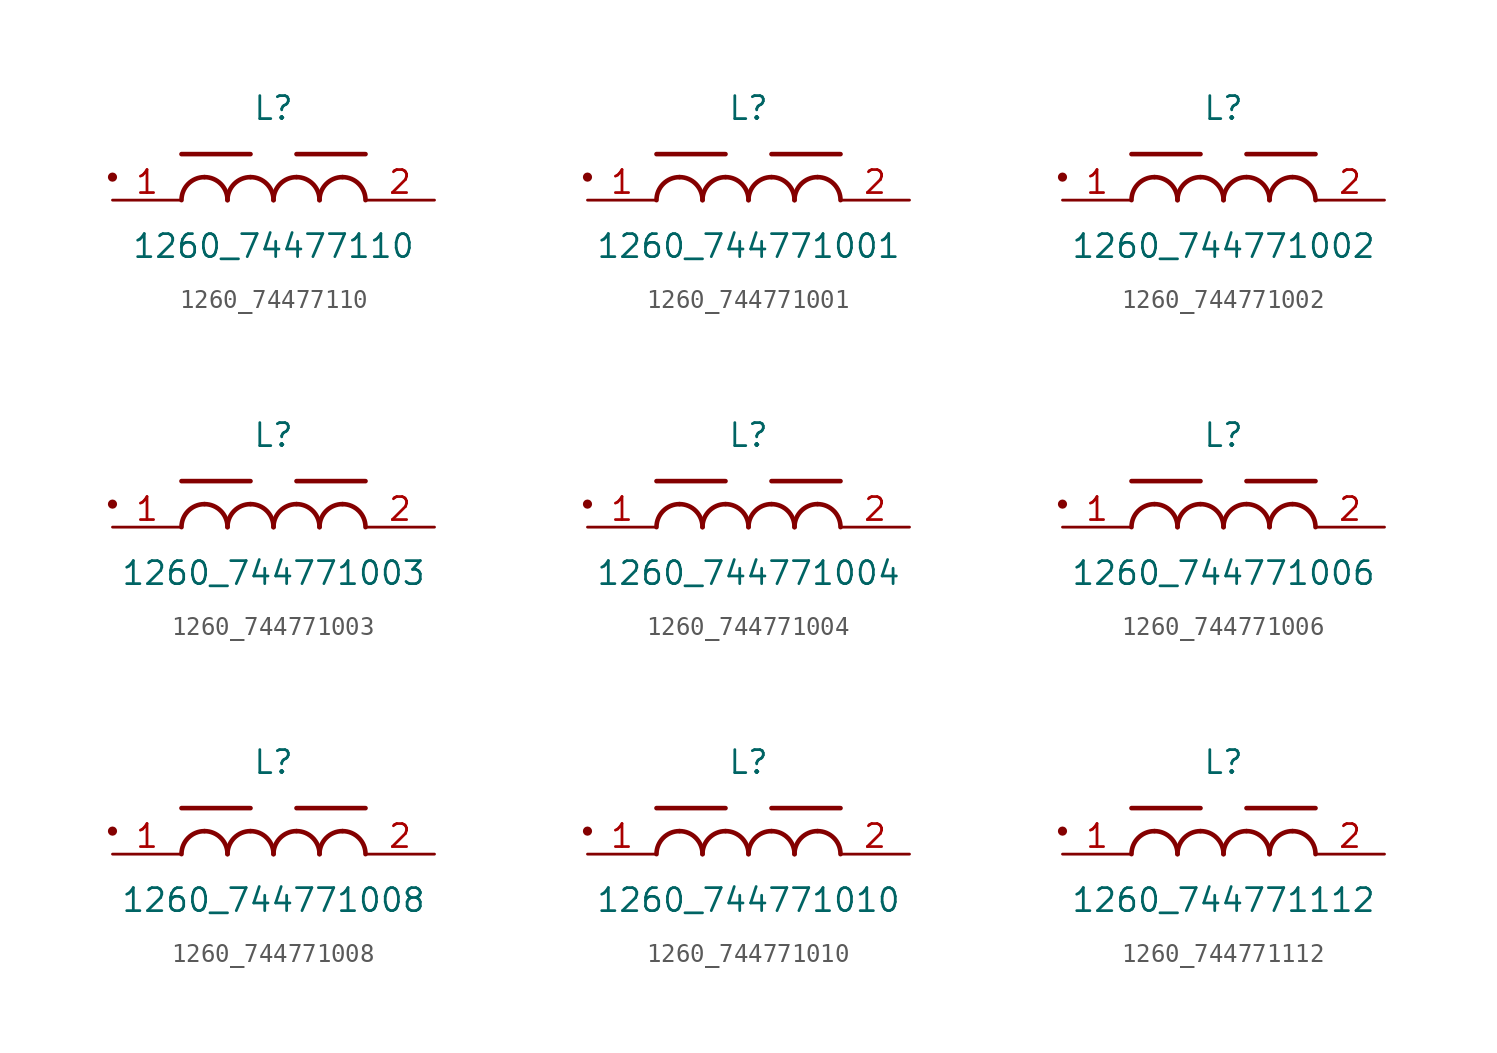
<source format=kicad_sym>
(kicad_symbol_lib
  (version 20211014)
  (generator kicad_symbol_editor)
  (symbol "Inductor_Wurth_WE-PD:1260_74477110"
    (pin_names hide)
    (property "Reference" "L"
      (at 0 5.08 0)
      (effects (font (size 1.27 1.27))))
    (property "Value" "1260_74477110"
      (at 0 -2.54 0)
      (effects (font (size 1.27 1.27))))
    (symbol "1260_74477110_0_1"
      (circle (center -8.89 1.27) (radius 0.0001) (stroke (width 0.254)) (stroke (width 0.254) (type default) (color 0 0 0 0)) (fill (type none)))
      (arc (start -3.81 1.27) (mid -4.708 0.898) (end -5.08 0) (stroke (width 0.254) (type default) (color 0 0 0 0)) (fill (type none)))
      (arc (start -2.54 0) (mid -2.912 0.898) (end -3.81 1.27) (stroke (width 0.254) (type default) (color 0 0 0 0)) (fill (type none)))
      (arc (start -1.2699 1.2701) (mid -2.1679 0.8981) (end -2.5399 0.0001) (stroke (width 0.254) (type default) (color 0 0 0 0)) (fill (type none)))
      (polyline (pts (xy -5.08 2.54) (xy -1.27 2.54)) (stroke (width 0.254) (type default) (color 0 0 0 0)) (fill (type none)))
      (polyline (pts (xy 5.08 2.54) (xy 1.27 2.54)) (stroke (width 0.254) (type default) (color 0 0 0 0)) (fill (type none)))
      (arc (start 0.0001 0.0001) (mid -0.3719 0.8981) (end -1.2699 1.2701) (stroke (width 0.254) (type default) (color 0 0 0 0)) (fill (type none)))
      (arc (start 1.2701 1.2701) (mid 0.3721 0.8981) (end 0.0001 0.0001) (stroke (width 0.254) (type default) (color 0 0 0 0)) (fill (type none)))
      (arc (start 2.5401 0.0001) (mid 2.1681 0.8981) (end 1.2701 1.2701) (stroke (width 0.254) (type default) (color 0 0 0 0)) (fill (type none)))
      (arc (start 3.8101 1.2701) (mid 2.9121 0.8981) (end 2.5401 0.0001) (stroke (width 0.254) (type default) (color 0 0 0 0)) (fill (type none)))
      (arc (start 5.0801 0.0001) (mid 4.7081 0.8981) (end 3.8101 1.2701) (stroke (width 0.254) (type default) (color 0 0 0 0)) (fill (type none))))
    (symbol "1260_74477110_1_1"
      (pin passive line (at -8.89 0 0) (length 3.81) (name "1" (effects (font (size 1.27 1.27)))) (number "1" (effects (font (size 1.27 1.27)))))
      (pin passive line (at 8.89 0 180) (length 3.81) (name "2" (effects (font (size 1.27 1.27)))) (number "2" (effects (font (size 1.27 1.27)))))))
  (symbol "Inductor_Wurth_WE-PD:1260_744771001"
    (pin_names hide)
    (property "Reference" "L"
      (at 0 5.08 0)
      (effects (font (size 1.27 1.27))))
    (property "Value" "1260_744771001"
      (at 0 -2.54 0)
      (effects (font (size 1.27 1.27))))
    (symbol "1260_744771001_0_1"
      (circle (center -8.89 1.27) (radius 0.0001) (stroke (width 0.254)) (stroke (width 0.254) (type default) (color 0 0 0 0)) (fill (type none)))
      (arc (start -3.81 1.27) (mid -4.708 0.898) (end -5.08 0) (stroke (width 0.254) (type default) (color 0 0 0 0)) (fill (type none)))
      (arc (start -2.54 0) (mid -2.912 0.898) (end -3.81 1.27) (stroke (width 0.254) (type default) (color 0 0 0 0)) (fill (type none)))
      (arc (start -1.2699 1.2701) (mid -2.1679 0.8981) (end -2.5399 0.0001) (stroke (width 0.254) (type default) (color 0 0 0 0)) (fill (type none)))
      (polyline (pts (xy -5.08 2.54) (xy -1.27 2.54)) (stroke (width 0.254) (type default) (color 0 0 0 0)) (fill (type none)))
      (polyline (pts (xy 5.08 2.54) (xy 1.27 2.54)) (stroke (width 0.254) (type default) (color 0 0 0 0)) (fill (type none)))
      (arc (start 0.0001 0.0001) (mid -0.3719 0.8981) (end -1.2699 1.2701) (stroke (width 0.254) (type default) (color 0 0 0 0)) (fill (type none)))
      (arc (start 1.2701 1.2701) (mid 0.3721 0.8981) (end 0.0001 0.0001) (stroke (width 0.254) (type default) (color 0 0 0 0)) (fill (type none)))
      (arc (start 2.5401 0.0001) (mid 2.1681 0.8981) (end 1.2701 1.2701) (stroke (width 0.254) (type default) (color 0 0 0 0)) (fill (type none)))
      (arc (start 3.8101 1.2701) (mid 2.9121 0.8981) (end 2.5401 0.0001) (stroke (width 0.254) (type default) (color 0 0 0 0)) (fill (type none)))
      (arc (start 5.0801 0.0001) (mid 4.7081 0.8981) (end 3.8101 1.2701) (stroke (width 0.254) (type default) (color 0 0 0 0)) (fill (type none))))
    (symbol "1260_744771001_1_1"
      (pin passive line (at -8.89 0 0) (length 3.81) (name "1" (effects (font (size 1.27 1.27)))) (number "1" (effects (font (size 1.27 1.27)))))
      (pin passive line (at 8.89 0 180) (length 3.81) (name "2" (effects (font (size 1.27 1.27)))) (number "2" (effects (font (size 1.27 1.27)))))))
  (symbol "Inductor_Wurth_WE-PD:1260_744771002"
    (pin_names hide)
    (property "Reference" "L"
      (at 0 5.08 0)
      (effects (font (size 1.27 1.27))))
    (property "Value" "1260_744771002"
      (at 0 -2.54 0)
      (effects (font (size 1.27 1.27))))
    (symbol "1260_744771002_0_1"
      (circle (center -8.89 1.27) (radius 0.0001) (stroke (width 0.254)) (stroke (width 0.254) (type default) (color 0 0 0 0)) (fill (type none)))
      (arc (start -3.81 1.27) (mid -4.708 0.898) (end -5.08 0) (stroke (width 0.254) (type default) (color 0 0 0 0)) (fill (type none)))
      (arc (start -2.54 0) (mid -2.912 0.898) (end -3.81 1.27) (stroke (width 0.254) (type default) (color 0 0 0 0)) (fill (type none)))
      (arc (start -1.2699 1.2701) (mid -2.1679 0.8981) (end -2.5399 0.0001) (stroke (width 0.254) (type default) (color 0 0 0 0)) (fill (type none)))
      (polyline (pts (xy -5.08 2.54) (xy -1.27 2.54)) (stroke (width 0.254) (type default) (color 0 0 0 0)) (fill (type none)))
      (polyline (pts (xy 5.08 2.54) (xy 1.27 2.54)) (stroke (width 0.254) (type default) (color 0 0 0 0)) (fill (type none)))
      (arc (start 0.0001 0.0001) (mid -0.3719 0.8981) (end -1.2699 1.2701) (stroke (width 0.254) (type default) (color 0 0 0 0)) (fill (type none)))
      (arc (start 1.2701 1.2701) (mid 0.3721 0.8981) (end 0.0001 0.0001) (stroke (width 0.254) (type default) (color 0 0 0 0)) (fill (type none)))
      (arc (start 2.5401 0.0001) (mid 2.1681 0.8981) (end 1.2701 1.2701) (stroke (width 0.254) (type default) (color 0 0 0 0)) (fill (type none)))
      (arc (start 3.8101 1.2701) (mid 2.9121 0.8981) (end 2.5401 0.0001) (stroke (width 0.254) (type default) (color 0 0 0 0)) (fill (type none)))
      (arc (start 5.0801 0.0001) (mid 4.7081 0.8981) (end 3.8101 1.2701) (stroke (width 0.254) (type default) (color 0 0 0 0)) (fill (type none))))
    (symbol "1260_744771002_1_1"
      (pin passive line (at -8.89 0 0) (length 3.81) (name "1" (effects (font (size 1.27 1.27)))) (number "1" (effects (font (size 1.27 1.27)))))
      (pin passive line (at 8.89 0 180) (length 3.81) (name "2" (effects (font (size 1.27 1.27)))) (number "2" (effects (font (size 1.27 1.27)))))))
  (symbol "Inductor_Wurth_WE-PD:1260_744771003"
    (pin_names hide)
    (property "Reference" "L"
      (at 0 5.08 0)
      (effects (font (size 1.27 1.27))))
    (property "Value" "1260_744771003"
      (at 0 -2.54 0)
      (effects (font (size 1.27 1.27))))
    (symbol "1260_744771003_0_1"
      (circle (center -8.89 1.27) (radius 0.0001) (stroke (width 0.254)) (stroke (width 0.254) (type default) (color 0 0 0 0)) (fill (type none)))
      (arc (start -3.81 1.27) (mid -4.708 0.898) (end -5.08 0) (stroke (width 0.254) (type default) (color 0 0 0 0)) (fill (type none)))
      (arc (start -2.54 0) (mid -2.912 0.898) (end -3.81 1.27) (stroke (width 0.254) (type default) (color 0 0 0 0)) (fill (type none)))
      (arc (start -1.2699 1.2701) (mid -2.1679 0.8981) (end -2.5399 0.0001) (stroke (width 0.254) (type default) (color 0 0 0 0)) (fill (type none)))
      (polyline (pts (xy -5.08 2.54) (xy -1.27 2.54)) (stroke (width 0.254) (type default) (color 0 0 0 0)) (fill (type none)))
      (polyline (pts (xy 5.08 2.54) (xy 1.27 2.54)) (stroke (width 0.254) (type default) (color 0 0 0 0)) (fill (type none)))
      (arc (start 0.0001 0.0001) (mid -0.3719 0.8981) (end -1.2699 1.2701) (stroke (width 0.254) (type default) (color 0 0 0 0)) (fill (type none)))
      (arc (start 1.2701 1.2701) (mid 0.3721 0.8981) (end 0.0001 0.0001) (stroke (width 0.254) (type default) (color 0 0 0 0)) (fill (type none)))
      (arc (start 2.5401 0.0001) (mid 2.1681 0.8981) (end 1.2701 1.2701) (stroke (width 0.254) (type default) (color 0 0 0 0)) (fill (type none)))
      (arc (start 3.8101 1.2701) (mid 2.9121 0.8981) (end 2.5401 0.0001) (stroke (width 0.254) (type default) (color 0 0 0 0)) (fill (type none)))
      (arc (start 5.0801 0.0001) (mid 4.7081 0.8981) (end 3.8101 1.2701) (stroke (width 0.254) (type default) (color 0 0 0 0)) (fill (type none))))
    (symbol "1260_744771003_1_1"
      (pin passive line (at -8.89 0 0) (length 3.81) (name "1" (effects (font (size 1.27 1.27)))) (number "1" (effects (font (size 1.27 1.27)))))
      (pin passive line (at 8.89 0 180) (length 3.81) (name "2" (effects (font (size 1.27 1.27)))) (number "2" (effects (font (size 1.27 1.27)))))))
  (symbol "Inductor_Wurth_WE-PD:1260_744771004"
    (pin_names hide)
    (property "Reference" "L"
      (at 0 5.08 0)
      (effects (font (size 1.27 1.27))))
    (property "Value" "1260_744771004"
      (at 0 -2.54 0)
      (effects (font (size 1.27 1.27))))
    (symbol "1260_744771004_0_1"
      (circle (center -8.89 1.27) (radius 0.0001) (stroke (width 0.254)) (stroke (width 0.254) (type default) (color 0 0 0 0)) (fill (type none)))
      (arc (start -3.81 1.27) (mid -4.708 0.898) (end -5.08 0) (stroke (width 0.254) (type default) (color 0 0 0 0)) (fill (type none)))
      (arc (start -2.54 0) (mid -2.912 0.898) (end -3.81 1.27) (stroke (width 0.254) (type default) (color 0 0 0 0)) (fill (type none)))
      (arc (start -1.2699 1.2701) (mid -2.1679 0.8981) (end -2.5399 0.0001) (stroke (width 0.254) (type default) (color 0 0 0 0)) (fill (type none)))
      (polyline (pts (xy -5.08 2.54) (xy -1.27 2.54)) (stroke (width 0.254) (type default) (color 0 0 0 0)) (fill (type none)))
      (polyline (pts (xy 5.08 2.54) (xy 1.27 2.54)) (stroke (width 0.254) (type default) (color 0 0 0 0)) (fill (type none)))
      (arc (start 0.0001 0.0001) (mid -0.3719 0.8981) (end -1.2699 1.2701) (stroke (width 0.254) (type default) (color 0 0 0 0)) (fill (type none)))
      (arc (start 1.2701 1.2701) (mid 0.3721 0.8981) (end 0.0001 0.0001) (stroke (width 0.254) (type default) (color 0 0 0 0)) (fill (type none)))
      (arc (start 2.5401 0.0001) (mid 2.1681 0.8981) (end 1.2701 1.2701) (stroke (width 0.254) (type default) (color 0 0 0 0)) (fill (type none)))
      (arc (start 3.8101 1.2701) (mid 2.9121 0.8981) (end 2.5401 0.0001) (stroke (width 0.254) (type default) (color 0 0 0 0)) (fill (type none)))
      (arc (start 5.0801 0.0001) (mid 4.7081 0.8981) (end 3.8101 1.2701) (stroke (width 0.254) (type default) (color 0 0 0 0)) (fill (type none))))
    (symbol "1260_744771004_1_1"
      (pin passive line (at -8.89 0 0) (length 3.81) (name "1" (effects (font (size 1.27 1.27)))) (number "1" (effects (font (size 1.27 1.27)))))
      (pin passive line (at 8.89 0 180) (length 3.81) (name "2" (effects (font (size 1.27 1.27)))) (number "2" (effects (font (size 1.27 1.27)))))))
  (symbol "Inductor_Wurth_WE-PD:1260_744771006"
    (pin_names hide)
    (property "Reference" "L"
      (at 0 5.08 0)
      (effects (font (size 1.27 1.27))))
    (property "Value" "1260_744771006"
      (at 0 -2.54 0)
      (effects (font (size 1.27 1.27))))
    (symbol "1260_744771006_0_1"
      (circle (center -8.89 1.27) (radius 0.0001) (stroke (width 0.254)) (stroke (width 0.254) (type default) (color 0 0 0 0)) (fill (type none)))
      (arc (start -3.81 1.27) (mid -4.708 0.898) (end -5.08 0) (stroke (width 0.254) (type default) (color 0 0 0 0)) (fill (type none)))
      (arc (start -2.54 0) (mid -2.912 0.898) (end -3.81 1.27) (stroke (width 0.254) (type default) (color 0 0 0 0)) (fill (type none)))
      (arc (start -1.2699 1.2701) (mid -2.1679 0.8981) (end -2.5399 0.0001) (stroke (width 0.254) (type default) (color 0 0 0 0)) (fill (type none)))
      (polyline (pts (xy -5.08 2.54) (xy -1.27 2.54)) (stroke (width 0.254) (type default) (color 0 0 0 0)) (fill (type none)))
      (polyline (pts (xy 5.08 2.54) (xy 1.27 2.54)) (stroke (width 0.254) (type default) (color 0 0 0 0)) (fill (type none)))
      (arc (start 0.0001 0.0001) (mid -0.3719 0.8981) (end -1.2699 1.2701) (stroke (width 0.254) (type default) (color 0 0 0 0)) (fill (type none)))
      (arc (start 1.2701 1.2701) (mid 0.3721 0.8981) (end 0.0001 0.0001) (stroke (width 0.254) (type default) (color 0 0 0 0)) (fill (type none)))
      (arc (start 2.5401 0.0001) (mid 2.1681 0.8981) (end 1.2701 1.2701) (stroke (width 0.254) (type default) (color 0 0 0 0)) (fill (type none)))
      (arc (start 3.8101 1.2701) (mid 2.9121 0.8981) (end 2.5401 0.0001) (stroke (width 0.254) (type default) (color 0 0 0 0)) (fill (type none)))
      (arc (start 5.0801 0.0001) (mid 4.7081 0.8981) (end 3.8101 1.2701) (stroke (width 0.254) (type default) (color 0 0 0 0)) (fill (type none))))
    (symbol "1260_744771006_1_1"
      (pin passive line (at -8.89 0 0) (length 3.81) (name "1" (effects (font (size 1.27 1.27)))) (number "1" (effects (font (size 1.27 1.27)))))
      (pin passive line (at 8.89 0 180) (length 3.81) (name "2" (effects (font (size 1.27 1.27)))) (number "2" (effects (font (size 1.27 1.27)))))))
  (symbol "Inductor_Wurth_WE-PD:1260_744771008"
    (pin_names hide)
    (property "Reference" "L"
      (at 0 5.08 0)
      (effects (font (size 1.27 1.27))))
    (property "Value" "1260_744771008"
      (at 0 -2.54 0)
      (effects (font (size 1.27 1.27))))
    (symbol "1260_744771008_0_1"
      (circle (center -8.89 1.27) (radius 0.0001) (stroke (width 0.254)) (stroke (width 0.254) (type default) (color 0 0 0 0)) (fill (type none)))
      (arc (start -3.81 1.27) (mid -4.708 0.898) (end -5.08 0) (stroke (width 0.254) (type default) (color 0 0 0 0)) (fill (type none)))
      (arc (start -2.54 0) (mid -2.912 0.898) (end -3.81 1.27) (stroke (width 0.254) (type default) (color 0 0 0 0)) (fill (type none)))
      (arc (start -1.2699 1.2701) (mid -2.1679 0.8981) (end -2.5399 0.0001) (stroke (width 0.254) (type default) (color 0 0 0 0)) (fill (type none)))
      (polyline (pts (xy -5.08 2.54) (xy -1.27 2.54)) (stroke (width 0.254) (type default) (color 0 0 0 0)) (fill (type none)))
      (polyline (pts (xy 5.08 2.54) (xy 1.27 2.54)) (stroke (width 0.254) (type default) (color 0 0 0 0)) (fill (type none)))
      (arc (start 0.0001 0.0001) (mid -0.3719 0.8981) (end -1.2699 1.2701) (stroke (width 0.254) (type default) (color 0 0 0 0)) (fill (type none)))
      (arc (start 1.2701 1.2701) (mid 0.3721 0.8981) (end 0.0001 0.0001) (stroke (width 0.254) (type default) (color 0 0 0 0)) (fill (type none)))
      (arc (start 2.5401 0.0001) (mid 2.1681 0.8981) (end 1.2701 1.2701) (stroke (width 0.254) (type default) (color 0 0 0 0)) (fill (type none)))
      (arc (start 3.8101 1.2701) (mid 2.9121 0.8981) (end 2.5401 0.0001) (stroke (width 0.254) (type default) (color 0 0 0 0)) (fill (type none)))
      (arc (start 5.0801 0.0001) (mid 4.7081 0.8981) (end 3.8101 1.2701) (stroke (width 0.254) (type default) (color 0 0 0 0)) (fill (type none))))
    (symbol "1260_744771008_1_1"
      (pin passive line (at -8.89 0 0) (length 3.81) (name "1" (effects (font (size 1.27 1.27)))) (number "1" (effects (font (size 1.27 1.27)))))
      (pin passive line (at 8.89 0 180) (length 3.81) (name "2" (effects (font (size 1.27 1.27)))) (number "2" (effects (font (size 1.27 1.27)))))))
  (symbol "Inductor_Wurth_WE-PD:1260_744771010"
    (pin_names hide)
    (property "Reference" "L"
      (at 0 5.08 0)
      (effects (font (size 1.27 1.27))))
    (property "Value" "1260_744771010"
      (at 0 -2.54 0)
      (effects (font (size 1.27 1.27))))
    (symbol "1260_744771010_0_1"
      (circle (center -8.89 1.27) (radius 0.0001) (stroke (width 0.254)) (stroke (width 0.254) (type default) (color 0 0 0 0)) (fill (type none)))
      (arc (start -3.81 1.27) (mid -4.708 0.898) (end -5.08 0) (stroke (width 0.254) (type default) (color 0 0 0 0)) (fill (type none)))
      (arc (start -2.54 0) (mid -2.912 0.898) (end -3.81 1.27) (stroke (width 0.254) (type default) (color 0 0 0 0)) (fill (type none)))
      (arc (start -1.2699 1.2701) (mid -2.1679 0.8981) (end -2.5399 0.0001) (stroke (width 0.254) (type default) (color 0 0 0 0)) (fill (type none)))
      (polyline (pts (xy -5.08 2.54) (xy -1.27 2.54)) (stroke (width 0.254) (type default) (color 0 0 0 0)) (fill (type none)))
      (polyline (pts (xy 5.08 2.54) (xy 1.27 2.54)) (stroke (width 0.254) (type default) (color 0 0 0 0)) (fill (type none)))
      (arc (start 0.0001 0.0001) (mid -0.3719 0.8981) (end -1.2699 1.2701) (stroke (width 0.254) (type default) (color 0 0 0 0)) (fill (type none)))
      (arc (start 1.2701 1.2701) (mid 0.3721 0.8981) (end 0.0001 0.0001) (stroke (width 0.254) (type default) (color 0 0 0 0)) (fill (type none)))
      (arc (start 2.5401 0.0001) (mid 2.1681 0.8981) (end 1.2701 1.2701) (stroke (width 0.254) (type default) (color 0 0 0 0)) (fill (type none)))
      (arc (start 3.8101 1.2701) (mid 2.9121 0.8981) (end 2.5401 0.0001) (stroke (width 0.254) (type default) (color 0 0 0 0)) (fill (type none)))
      (arc (start 5.0801 0.0001) (mid 4.7081 0.8981) (end 3.8101 1.2701) (stroke (width 0.254) (type default) (color 0 0 0 0)) (fill (type none))))
    (symbol "1260_744771010_1_1"
      (pin passive line (at -8.89 0 0) (length 3.81) (name "1" (effects (font (size 1.27 1.27)))) (number "1" (effects (font (size 1.27 1.27)))))
      (pin passive line (at 8.89 0 180) (length 3.81) (name "2" (effects (font (size 1.27 1.27)))) (number "2" (effects (font (size 1.27 1.27)))))))
  (symbol "Inductor_Wurth_WE-PD:1260_744771112"
    (pin_names hide)
    (property "Reference" "L"
      (at 0 5.08 0)
      (effects (font (size 1.27 1.27))))
    (property "Value" "1260_744771112"
      (at 0 -2.54 0)
      (effects (font (size 1.27 1.27))))
    (symbol "1260_744771112_0_1"
      (circle (center -8.89 1.27) (radius 0.0001) (stroke (width 0.254)) (stroke (width 0.254) (type default) (color 0 0 0 0)) (fill (type none)))
      (arc (start -3.81 1.27) (mid -4.708 0.898) (end -5.08 0) (stroke (width 0.254) (type default) (color 0 0 0 0)) (fill (type none)))
      (arc (start -2.54 0) (mid -2.912 0.898) (end -3.81 1.27) (stroke (width 0.254) (type default) (color 0 0 0 0)) (fill (type none)))
      (arc (start -1.2699 1.2701) (mid -2.1679 0.8981) (end -2.5399 0.0001) (stroke (width 0.254) (type default) (color 0 0 0 0)) (fill (type none)))
      (polyline (pts (xy -5.08 2.54) (xy -1.27 2.54)) (stroke (width 0.254) (type default) (color 0 0 0 0)) (fill (type none)))
      (polyline (pts (xy 5.08 2.54) (xy 1.27 2.54)) (stroke (width 0.254) (type default) (color 0 0 0 0)) (fill (type none)))
      (arc (start 0.0001 0.0001) (mid -0.3719 0.8981) (end -1.2699 1.2701) (stroke (width 0.254) (type default) (color 0 0 0 0)) (fill (type none)))
      (arc (start 1.2701 1.2701) (mid 0.3721 0.8981) (end 0.0001 0.0001) (stroke (width 0.254) (type default) (color 0 0 0 0)) (fill (type none)))
      (arc (start 2.5401 0.0001) (mid 2.1681 0.8981) (end 1.2701 1.2701) (stroke (width 0.254) (type default) (color 0 0 0 0)) (fill (type none)))
      (arc (start 3.8101 1.2701) (mid 2.9121 0.8981) (end 2.5401 0.0001) (stroke (width 0.254) (type default) (color 0 0 0 0)) (fill (type none)))
      (arc (start 5.0801 0.0001) (mid 4.7081 0.8981) (end 3.8101 1.2701) (stroke (width 0.254) (type default) (color 0 0 0 0)) (fill (type none))))
    (symbol "1260_744771112_1_1"
      (pin passive line (at -8.89 0 0) (length 3.81) (name "1" (effects (font (size 1.27 1.27)))) (number "1" (effects (font (size 1.27 1.27)))))
      (pin passive line (at 8.89 0 180) (length 3.81) (name "2" (effects (font (size 1.27 1.27)))) (number "2" (effects (font (size 1.27 1.27))))))))
</source>
